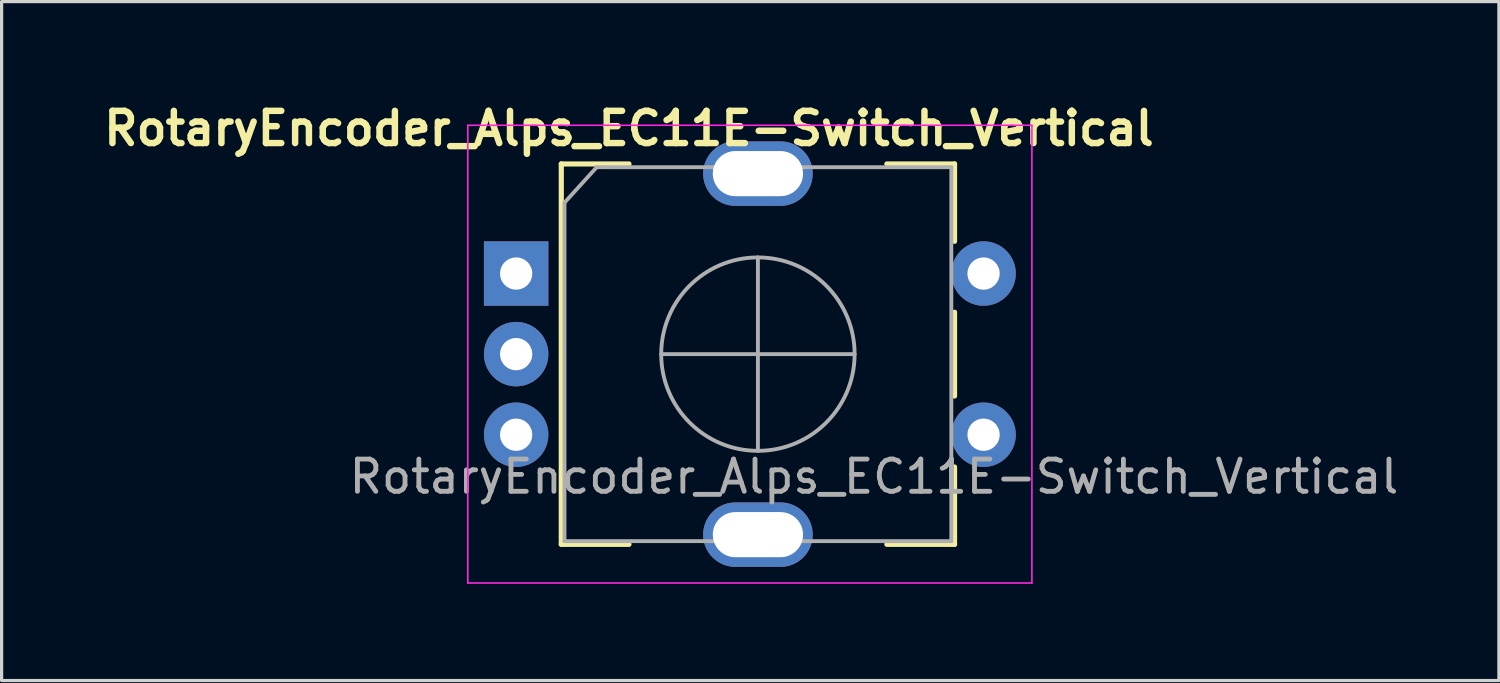
<source format=kicad_pcb>
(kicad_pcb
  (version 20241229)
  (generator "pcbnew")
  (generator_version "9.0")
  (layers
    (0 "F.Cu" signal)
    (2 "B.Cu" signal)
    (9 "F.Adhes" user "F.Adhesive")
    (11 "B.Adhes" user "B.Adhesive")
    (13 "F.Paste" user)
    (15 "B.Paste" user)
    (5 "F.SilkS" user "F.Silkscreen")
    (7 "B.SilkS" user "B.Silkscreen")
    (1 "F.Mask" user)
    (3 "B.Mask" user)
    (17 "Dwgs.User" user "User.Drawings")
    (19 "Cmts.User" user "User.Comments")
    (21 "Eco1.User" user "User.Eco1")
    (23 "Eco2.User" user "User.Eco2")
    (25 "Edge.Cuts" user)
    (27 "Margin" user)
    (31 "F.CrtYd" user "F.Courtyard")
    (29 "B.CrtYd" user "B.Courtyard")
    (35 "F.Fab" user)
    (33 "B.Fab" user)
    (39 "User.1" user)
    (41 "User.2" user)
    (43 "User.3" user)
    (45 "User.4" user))
  (footprint "RotaryEncoder_Alps_EC11E-Switch_Vertical"
    (layer "F.Cu")
    (at 20.462 7.936)
    (property "Reference" "RotaryEncoder_Alps_EC11E-Switch_Vertical" (at -4 -7 0) (layer "F.SilkS") (effects (font (size 1 1) (thickness 0.2))))
    (attr through_hole)
    (fp_line (start -6.1 -5.9) (end -6.1 5.9) (stroke (width 0.16) (type solid)) (layer "F.SilkS"))
    (fp_line (start -4 -5.9) (end -6.1 -5.9) (stroke (width 0.16) (type solid)) (layer "F.SilkS"))
    (fp_line (start -4 5.9) (end -6.1 5.9) (stroke (width 0.16) (type solid)) (layer "F.SilkS"))
    (fp_line (start 4 -5.9) (end 6.1 -5.9) (stroke (width 0.16) (type solid)) (layer "F.SilkS"))
    (fp_line (start 6.1 -5.9) (end 6.1 -3.5) (stroke (width 0.16) (type solid)) (layer "F.SilkS"))
    (fp_line (start 6.1 -1.3) (end 6.1 1.3) (stroke (width 0.16) (type solid)) (layer "F.SilkS"))
    (fp_line (start 6.1 3.5) (end 6.1 5.9) (stroke (width 0.16) (type solid)) (layer "F.SilkS"))
    (fp_line (start 6.1 5.9) (end 4 5.9) (stroke (width 0.16) (type solid)) (layer "F.SilkS"))
    (fp_line (start -9 -7.1) (end -9 7.1) (stroke (width 0.05) (type solid)) (layer "F.CrtYd"))
    (fp_line (start -9 -7.1) (end 8.5 -7.1) (stroke (width 0.05) (type solid)) (layer "F.CrtYd"))
    (fp_line (start 8.5 7.1) (end -9 7.1) (stroke (width 0.05) (type solid)) (layer "F.CrtYd"))
    (fp_line (start 8.5 7.1) (end 8.5 -7.1) (stroke (width 0.05) (type solid)) (layer "F.CrtYd"))
    (fp_line (start -6 -4.7) (end -5 -5.8) (stroke (width 0.12) (type solid)) (layer "F.Fab"))
    (fp_line (start -6 5.8) (end -6 -4.7) (stroke (width 0.12) (type solid)) (layer "F.Fab"))
    (fp_line (start -5 -5.8) (end 6 -5.8) (stroke (width 0.12) (type solid)) (layer "F.Fab"))
    (fp_line (start -3 0) (end 3 0) (stroke (width 0.12) (type solid)) (layer "F.Fab"))
    (fp_line (start 0 -3) (end 0 3) (stroke (width 0.12) (type solid)) (layer "F.Fab"))
    (fp_line (start 6 -5.8) (end 6 5.8) (stroke (width 0.12) (type solid)) (layer "F.Fab"))
    (fp_line (start 6 5.8) (end -6 5.8) (stroke (width 0.12) (type solid)) (layer "F.Fab"))
    (fp_circle (center 0 0) (end 3 0) (stroke (width 0.12) (type solid)) (fill no) (layer "F.Fab"))
    (fp_text user "${REFERENCE}" (at 3.6 3.8 0) (layer "F.Fab") (effects (font (size 1 1) (thickness 0.15))))
    (pad "A" thru_hole rect (at -7.5 -2.5) (size 2 2) (drill 1) (layers "*.Cu" "*.Mask"))
    (pad "B" thru_hole circle (at -7.5 2.5) (size 2 2) (drill 1) (layers "*.Cu" "*.Mask"))
    (pad "C" thru_hole circle (at -7.5 0) (size 2 2) (drill 1) (layers "*.Cu" "*.Mask"))
    (pad "MP" thru_hole oval (at 0 -5.6) (size 3.4 2) (drill oval 2.8 1.4) (layers "*.Cu" "*.Mask"))
    (pad "MP" thru_hole oval (at 0 5.6) (size 3.4 2) (drill oval 2.8 1.4) (layers "*.Cu" "*.Mask"))
    (pad "S1" thru_hole circle (at 7 2.5) (size 2 2) (drill 1) (layers "*.Cu" "*.Mask"))
    (pad "S2" thru_hole circle (at 7 -2.5) (size 2 2) (drill 1) (layers "*.Cu" "*.Mask")))
  (gr_rect
    (start -3 -3)
    (end 43.449 18.061)
    (stroke (width 0.1) (type default))
    (fill no)
    (layer "Edge.Cuts")))
</source>
